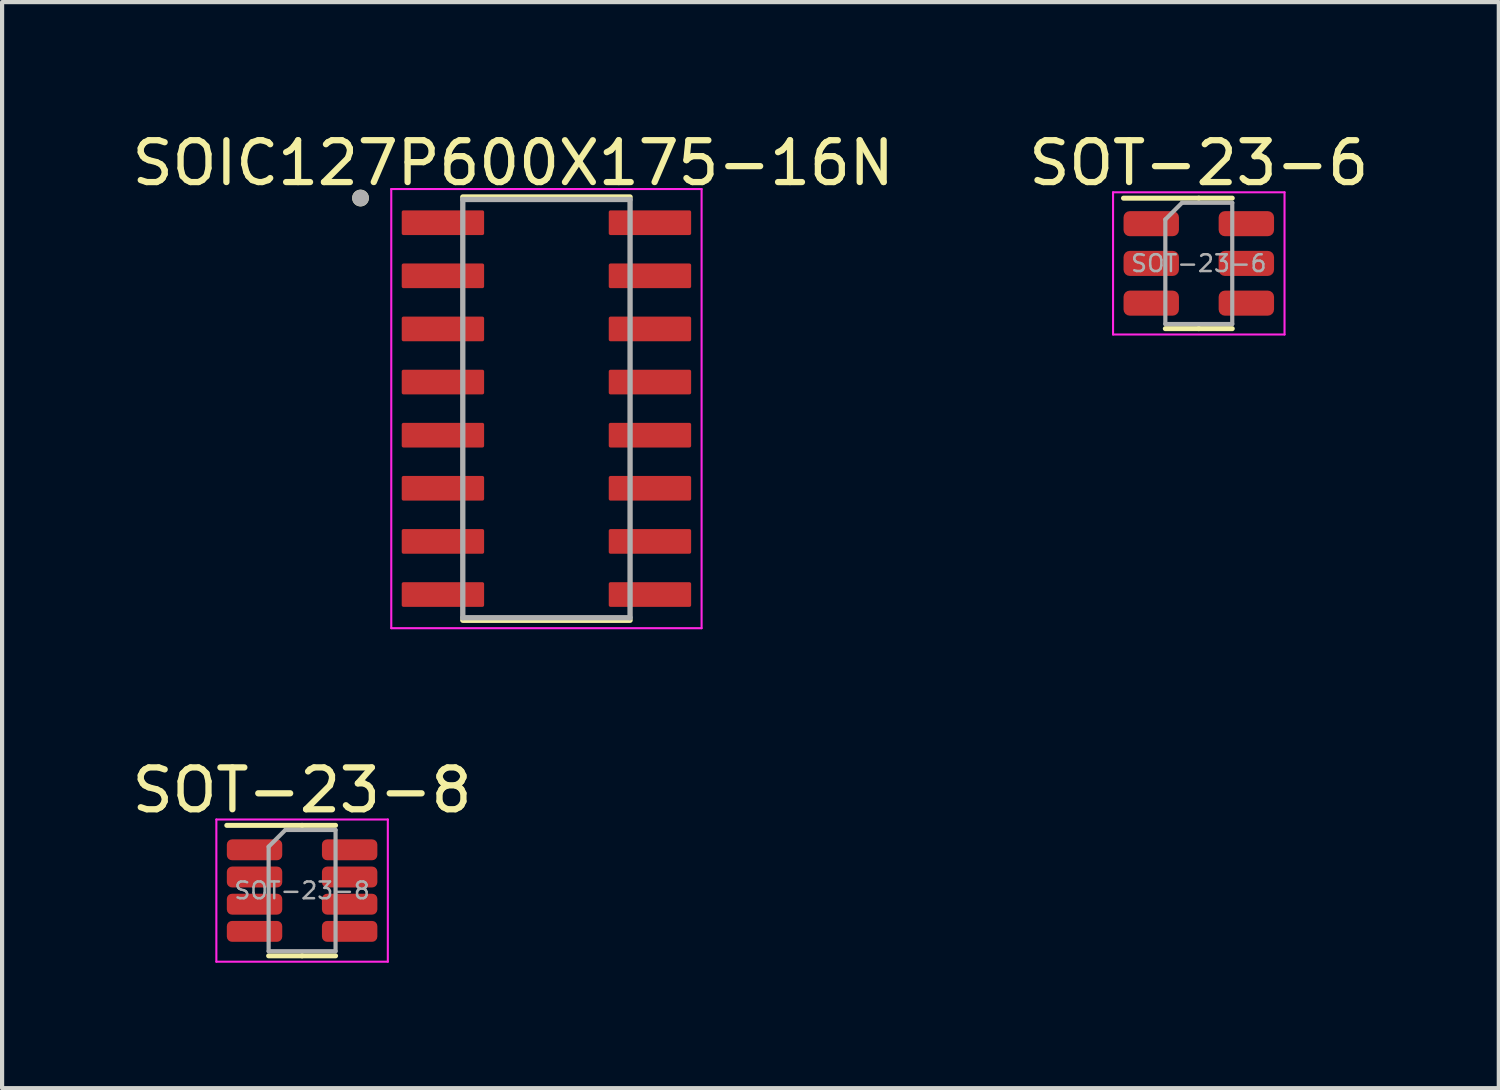
<source format=kicad_pcb>
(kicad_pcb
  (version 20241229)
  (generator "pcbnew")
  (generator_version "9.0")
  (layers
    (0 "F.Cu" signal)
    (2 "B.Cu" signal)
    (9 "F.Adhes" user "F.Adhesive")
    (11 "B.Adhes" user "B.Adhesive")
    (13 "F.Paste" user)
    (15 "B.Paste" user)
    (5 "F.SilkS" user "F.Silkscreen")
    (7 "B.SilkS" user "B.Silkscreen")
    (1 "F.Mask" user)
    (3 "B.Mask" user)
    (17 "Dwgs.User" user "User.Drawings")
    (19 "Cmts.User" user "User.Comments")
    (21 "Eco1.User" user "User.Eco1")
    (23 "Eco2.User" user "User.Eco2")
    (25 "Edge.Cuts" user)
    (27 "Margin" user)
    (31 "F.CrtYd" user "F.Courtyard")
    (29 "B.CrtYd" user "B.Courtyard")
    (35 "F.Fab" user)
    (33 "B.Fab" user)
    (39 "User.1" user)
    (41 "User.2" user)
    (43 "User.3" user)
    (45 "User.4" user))
  (footprint "SOIC127P600X175-16N"
    (layer "F.Cu")
    (at 10.015 6.72)
    (property "Reference" "SOIC127P600X175-16N" (at -0.795 -5.872 180) (layer "F.SilkS") (effects (font (size 1 1) (thickness 0.15))))
    (attr smd)
    (fp_line (start -2 -5.06) (end 2 -5.06) (stroke (width 0.127) (type solid)) (layer "F.SilkS"))
    (fp_line (start -2 5.06) (end 2 5.06) (stroke (width 0.127) (type solid)) (layer "F.SilkS"))
    (fp_circle (center -4.445 -5.035) (end -4.345 -5.035) (stroke (width 0.2) (type solid)) (fill no) (layer "F.SilkS"))
    (fp_line (start -3.71 -5.25) (end -3.71 5.25) (stroke (width 0.05) (type solid)) (layer "F.CrtYd"))
    (fp_line (start -3.71 -5.25) (end 3.71 -5.25) (stroke (width 0.05) (type solid)) (layer "F.CrtYd"))
    (fp_line (start -3.71 5.25) (end 3.71 5.25) (stroke (width 0.05) (type solid)) (layer "F.CrtYd"))
    (fp_line (start 3.71 -5.25) (end 3.71 5.25) (stroke (width 0.05) (type solid)) (layer "F.CrtYd"))
    (fp_line (start -2 -5) (end -2 5) (stroke (width 0.127) (type solid)) (layer "F.Fab"))
    (fp_line (start -2 -5) (end 2 -5) (stroke (width 0.127) (type solid)) (layer "F.Fab"))
    (fp_line (start -2 5) (end 2 5) (stroke (width 0.127) (type solid)) (layer "F.Fab"))
    (fp_line (start 2 -5) (end 2 5) (stroke (width 0.127) (type solid)) (layer "F.Fab"))
    (fp_circle (center -4.445 -5.035) (end -4.345 -5.035) (stroke (width 0.2) (type solid)) (fill no) (layer "F.Fab"))
    (pad "1" smd roundrect (at -2.475 -4.445) (size 1.97 0.59) (layers "F.Cu" "F.Mask" "F.Paste") (roundrect_rratio 0.07))
    (pad "2" smd roundrect (at -2.475 -3.175) (size 1.97 0.59) (layers "F.Cu" "F.Mask" "F.Paste") (roundrect_rratio 0.07))
    (pad "3" smd roundrect (at -2.475 -1.905) (size 1.97 0.59) (layers "F.Cu" "F.Mask" "F.Paste") (roundrect_rratio 0.07))
    (pad "4" smd roundrect (at -2.475 -0.635) (size 1.97 0.59) (layers "F.Cu" "F.Mask" "F.Paste") (roundrect_rratio 0.07))
    (pad "5" smd roundrect (at -2.475 0.635) (size 1.97 0.59) (layers "F.Cu" "F.Mask" "F.Paste") (roundrect_rratio 0.07))
    (pad "6" smd roundrect (at -2.475 1.905) (size 1.97 0.59) (layers "F.Cu" "F.Mask" "F.Paste") (roundrect_rratio 0.07))
    (pad "7" smd roundrect (at -2.475 3.175) (size 1.97 0.59) (layers "F.Cu" "F.Mask" "F.Paste") (roundrect_rratio 0.07))
    (pad "8" smd roundrect (at -2.475 4.445) (size 1.97 0.59) (layers "F.Cu" "F.Mask" "F.Paste") (roundrect_rratio 0.07))
    (pad "9" smd roundrect (at 2.475 4.445) (size 1.97 0.59) (layers "F.Cu" "F.Mask" "F.Paste") (roundrect_rratio 0.07))
    (pad "10" smd roundrect (at 2.475 3.175) (size 1.97 0.59) (layers "F.Cu" "F.Mask" "F.Paste") (roundrect_rratio 0.07))
    (pad "11" smd roundrect (at 2.475 1.905) (size 1.97 0.59) (layers "F.Cu" "F.Mask" "F.Paste") (roundrect_rratio 0.07))
    (pad "12" smd roundrect (at 2.475 0.635) (size 1.97 0.59) (layers "F.Cu" "F.Mask" "F.Paste") (roundrect_rratio 0.07))
    (pad "13" smd roundrect (at 2.475 -0.635) (size 1.97 0.59) (layers "F.Cu" "F.Mask" "F.Paste") (roundrect_rratio 0.07))
    (pad "14" smd roundrect (at 2.475 -1.905) (size 1.97 0.59) (layers "F.Cu" "F.Mask" "F.Paste") (roundrect_rratio 0.07))
    (pad "15" smd roundrect (at 2.475 -3.175) (size 1.97 0.59) (layers "F.Cu" "F.Mask" "F.Paste") (roundrect_rratio 0.07))
    (pad "16" smd roundrect (at 2.475 -4.445) (size 1.97 0.59) (layers "F.Cu" "F.Mask" "F.Paste") (roundrect_rratio 0.07)))
  (footprint "SOT-23-8"
    (layer "F.Cu")
    (at 4.173 18.244)
    (property "Reference" "SOT-23-8" (at 0 -2.4 0) (layer "F.SilkS") (effects (font (size 1 1) (thickness 0.15))))
    (attr smd)
    (fp_line (start 0 -1.56) (end -1.8 -1.56) (stroke (width 0.12) (type solid)) (layer "F.SilkS"))
    (fp_line (start 0 -1.56) (end 0.8 -1.56) (stroke (width 0.12) (type solid)) (layer "F.SilkS"))
    (fp_line (start 0 1.56) (end -0.8 1.56) (stroke (width 0.12) (type solid)) (layer "F.SilkS"))
    (fp_line (start 0 1.56) (end 0.8 1.56) (stroke (width 0.12) (type solid)) (layer "F.SilkS"))
    (fp_line (start -2.05 -1.7) (end -2.05 1.7) (stroke (width 0.05) (type solid)) (layer "F.CrtYd"))
    (fp_line (start -2.05 1.7) (end 2.05 1.7) (stroke (width 0.05) (type solid)) (layer "F.CrtYd"))
    (fp_line (start 2.05 -1.7) (end -2.05 -1.7) (stroke (width 0.05) (type solid)) (layer "F.CrtYd"))
    (fp_line (start 2.05 1.7) (end 2.05 -1.7) (stroke (width 0.05) (type solid)) (layer "F.CrtYd"))
    (fp_line (start -0.8 -1.05) (end -0.4 -1.45) (stroke (width 0.1) (type solid)) (layer "F.Fab"))
    (fp_line (start -0.8 1.45) (end -0.8 -1.05) (stroke (width 0.1) (type solid)) (layer "F.Fab"))
    (fp_line (start -0.4 -1.45) (end 0.8 -1.45) (stroke (width 0.1) (type solid)) (layer "F.Fab"))
    (fp_line (start 0.8 -1.45) (end 0.8 1.45) (stroke (width 0.1) (type solid)) (layer "F.Fab"))
    (fp_line (start 0.8 1.45) (end -0.8 1.45) (stroke (width 0.1) (type solid)) (layer "F.Fab"))
    (fp_text user "${REFERENCE}" (at 0 0 0) (layer "F.Fab") (effects (font (size 0.4 0.4) (thickness 0.06))))
    (pad "1" smd roundrect (at -1.137 -0.975) (size 1.325 0.5) (layers "F.Cu" "F.Mask" "F.Paste") (roundrect_rratio 0.25))
    (pad "2" smd roundrect (at -1.137 -0.325) (size 1.325 0.5) (layers "F.Cu" "F.Mask" "F.Paste") (roundrect_rratio 0.25))
    (pad "3" smd roundrect (at -1.137 0.325) (size 1.325 0.5) (layers "F.Cu" "F.Mask" "F.Paste") (roundrect_rratio 0.25))
    (pad "4" smd roundrect (at -1.137 0.975) (size 1.325 0.5) (layers "F.Cu" "F.Mask" "F.Paste") (roundrect_rratio 0.25))
    (pad "5" smd roundrect (at 1.137 0.975) (size 1.325 0.5) (layers "F.Cu" "F.Mask" "F.Paste") (roundrect_rratio 0.25))
    (pad "6" smd roundrect (at 1.137 0.325) (size 1.325 0.5) (layers "F.Cu" "F.Mask" "F.Paste") (roundrect_rratio 0.25))
    (pad "7" smd roundrect (at 1.137 -0.325) (size 1.325 0.5) (layers "F.Cu" "F.Mask" "F.Paste") (roundrect_rratio 0.25))
    (pad "8" smd roundrect (at 1.137 -0.975) (size 1.325 0.5) (layers "F.Cu" "F.Mask" "F.Paste") (roundrect_rratio 0.25)))
  (footprint "SOT-23-6"
    (layer "F.Cu")
    (at 25.613 3.248)
    (property "Reference" "SOT-23-6" (at 0 -2.4 180) (layer "F.SilkS") (effects (font (size 1 1) (thickness 0.15))))
    (attr smd)
    (fp_line (start 0 -1.56) (end -1.8 -1.56) (stroke (width 0.12) (type solid)) (layer "F.SilkS"))
    (fp_line (start 0 -1.56) (end 0.8 -1.56) (stroke (width 0.12) (type solid)) (layer "F.SilkS"))
    (fp_line (start 0 1.56) (end -0.8 1.56) (stroke (width 0.12) (type solid)) (layer "F.SilkS"))
    (fp_line (start 0 1.56) (end 0.8 1.56) (stroke (width 0.12) (type solid)) (layer "F.SilkS"))
    (fp_line (start -2.05 -1.7) (end -2.05 1.7) (stroke (width 0.05) (type solid)) (layer "F.CrtYd"))
    (fp_line (start -2.05 1.7) (end 2.05 1.7) (stroke (width 0.05) (type solid)) (layer "F.CrtYd"))
    (fp_line (start 2.05 -1.7) (end -2.05 -1.7) (stroke (width 0.05) (type solid)) (layer "F.CrtYd"))
    (fp_line (start 2.05 1.7) (end 2.05 -1.7) (stroke (width 0.05) (type solid)) (layer "F.CrtYd"))
    (fp_line (start -0.8 -1.05) (end -0.4 -1.45) (stroke (width 0.1) (type solid)) (layer "F.Fab"))
    (fp_line (start -0.8 1.45) (end -0.8 -1.05) (stroke (width 0.1) (type solid)) (layer "F.Fab"))
    (fp_line (start -0.4 -1.45) (end 0.8 -1.45) (stroke (width 0.1) (type solid)) (layer "F.Fab"))
    (fp_line (start 0.8 -1.45) (end 0.8 1.45) (stroke (width 0.1) (type solid)) (layer "F.Fab"))
    (fp_line (start 0.8 1.45) (end -0.8 1.45) (stroke (width 0.1) (type solid)) (layer "F.Fab"))
    (fp_text user "${REFERENCE}" (at 0 0 180) (layer "F.Fab") (effects (font (size 0.4 0.4) (thickness 0.06))))
    (pad "1" smd roundrect (at -1.137 -0.95) (size 1.325 0.6) (layers "F.Cu" "F.Mask" "F.Paste") (roundrect_rratio 0.25))
    (pad "2" smd roundrect (at -1.137 0) (size 1.325 0.6) (layers "F.Cu" "F.Mask" "F.Paste") (roundrect_rratio 0.25))
    (pad "3" smd roundrect (at -1.137 0.95) (size 1.325 0.6) (layers "F.Cu" "F.Mask" "F.Paste") (roundrect_rratio 0.25))
    (pad "4" smd roundrect (at 1.137 0.95) (size 1.325 0.6) (layers "F.Cu" "F.Mask" "F.Paste") (roundrect_rratio 0.25))
    (pad "5" smd roundrect (at 1.137 0) (size 1.325 0.6) (layers "F.Cu" "F.Mask" "F.Paste") (roundrect_rratio 0.25))
    (pad "6" smd roundrect (at 1.137 -0.95) (size 1.325 0.6) (layers "F.Cu" "F.Mask" "F.Paste") (roundrect_rratio 0.25)))
  (gr_rect
    (start -3 -3)
    (end 32.786 22.968)
    (stroke (width 0.1) (type default))
    (fill no)
    (layer "Edge.Cuts")))
</source>
